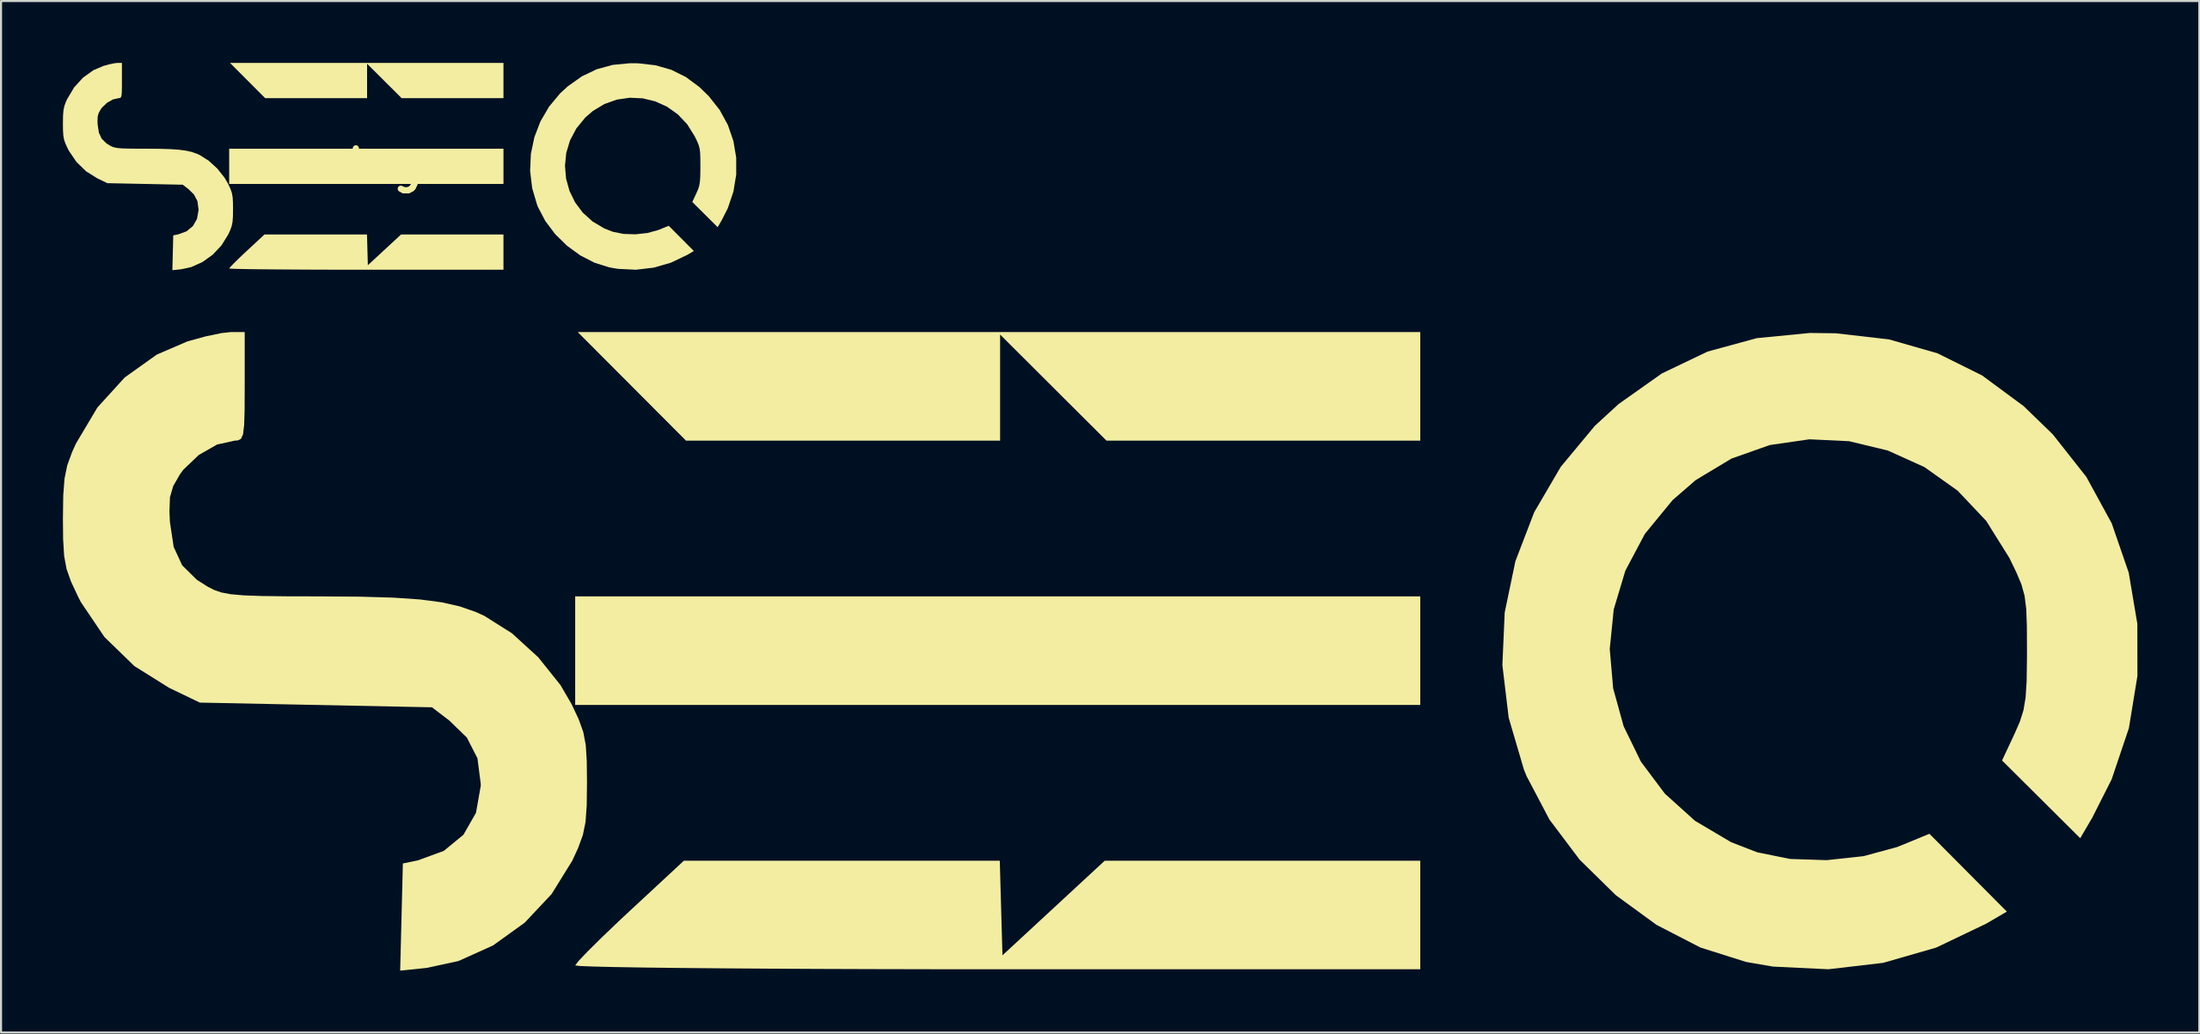
<source format=kicad_pcb>
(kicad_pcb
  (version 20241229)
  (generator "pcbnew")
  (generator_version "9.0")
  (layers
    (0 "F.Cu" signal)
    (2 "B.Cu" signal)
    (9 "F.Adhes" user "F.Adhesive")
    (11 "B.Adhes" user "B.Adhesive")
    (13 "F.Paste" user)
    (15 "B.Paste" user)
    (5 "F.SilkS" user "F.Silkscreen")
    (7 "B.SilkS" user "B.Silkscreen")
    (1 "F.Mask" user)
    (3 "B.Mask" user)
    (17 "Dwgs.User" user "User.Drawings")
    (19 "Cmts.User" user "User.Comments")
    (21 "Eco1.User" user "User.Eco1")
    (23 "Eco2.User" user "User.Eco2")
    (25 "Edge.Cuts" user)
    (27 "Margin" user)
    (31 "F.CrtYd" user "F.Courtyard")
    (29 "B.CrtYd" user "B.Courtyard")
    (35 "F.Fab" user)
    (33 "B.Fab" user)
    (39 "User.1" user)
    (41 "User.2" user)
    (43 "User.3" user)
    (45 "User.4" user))
  (footprint "logo-big"
    (layer "F.Cu")
    (at 50.228 28.379)
    (property "Reference" "logo-big" (at 0 0 0) (layer "F.SilkS") (effects (font (size 1.524 1.524) (thickness 0.3))))
    (attr board_only exclude_from_pos_files exclude_from_bom)
    (fp_poly (pts (xy 15.56 2.746) (xy -25.4 2.746) (xy -25.4 -2.517) (xy 15.56 -2.517)) (stroke (width 0) (type solid)) (fill yes) (layer "F.SilkS"))
    (fp_poly (pts (xy 15.56 -10.068) (xy 0.35 -10.068) (xy -4.805 -15.21) (xy -4.805 -10.068) (xy -20.03 -10.068) (xy -22.654 -12.7) (xy -25.278 -15.332) (xy 15.56 -15.332)) (stroke (width 0) (type solid)) (fill yes) (layer "F.SilkS"))
    (fp_poly (pts (xy -4.756 12.591) (xy -4.691 14.884) (xy -2.213 12.591) (xy 0.266 10.297) (xy 15.56 10.297) (xy 15.56 15.56) (xy -4.92 15.56) (xy -7.938 15.558) (xy -10.822 15.552) (xy -13.539 15.543) (xy -16.058 15.53) (xy -18.345 15.514) (xy -20.369 15.496) (xy -22.097 15.475) (xy -23.496 15.452) (xy -24.535 15.427) (xy -25.18 15.401) (xy -25.4 15.374) (xy -25.241 15.162) (xy -24.8 14.699) (xy -24.137 14.042) (xy -23.307 13.248) (xy -22.766 12.742) (xy -20.132 10.297) (xy -4.821 10.297)) (stroke (width 0) (type solid)) (fill yes) (layer "F.SilkS"))
    (fp_poly (pts (xy 35.697 -15.272) (xy 38.276 -14.976) (xy 40.625 -14.302) (xy 42.787 -13.23) (xy 44.805 -11.74) (xy 46.216 -10.372) (xy 47.843 -8.31) (xy 49.071 -6.061) (xy 49.896 -3.671) (xy 50.314 -1.188) (xy 50.318 1.341) (xy 49.905 3.87) (xy 49.069 6.352) (xy 48.131 8.208) (xy 47.546 9.207) (xy 45.651 7.322) (xy 43.757 5.438) (xy 44.361 4.149) (xy 44.622 3.551) (xy 44.795 3.004) (xy 44.898 2.391) (xy 44.949 1.592) (xy 44.964 0.488) (xy 44.965 0.103) (xy 44.96 -1.071) (xy 44.929 -1.913) (xy 44.849 -2.547) (xy 44.696 -3.099) (xy 44.445 -3.694) (xy 44.114 -4.377) (xy 42.994 -6.171) (xy 41.602 -7.644) (xy 39.992 -8.787) (xy 38.221 -9.588) (xy 36.345 -10.04) (xy 34.42 -10.132) (xy 32.501 -9.854) (xy 30.644 -9.198) (xy 28.906 -8.153) (xy 27.786 -7.181) (xy 26.445 -5.546) (xy 25.499 -3.763) (xy 24.936 -1.885) (xy 24.743 0.034) (xy 24.908 1.94) (xy 25.416 3.779) (xy 26.255 5.499) (xy 27.413 7.045) (xy 28.876 8.364) (xy 30.631 9.402) (xy 31.898 9.892) (xy 33.484 10.212) (xy 35.26 10.27) (xy 37.044 10.076) (xy 38.657 9.638) (xy 38.825 9.572) (xy 40.237 8.992) (xy 42.113 10.878) (xy 43.989 12.764) (xy 42.989 13.349) (xy 40.564 14.509) (xy 37.995 15.249) (xy 35.34 15.559) (xy 32.655 15.43) (xy 31.35 15.205) (xy 29.138 14.506) (xy 27.012 13.409) (xy 25.039 11.97) (xy 23.286 10.25) (xy 21.821 8.304) (xy 20.71 6.193) (xy 20.583 5.879) (xy 19.845 3.366) (xy 19.539 0.81) (xy 19.652 -1.737) (xy 20.17 -4.223) (xy 21.081 -6.596) (xy 22.37 -8.801) (xy 24.023 -10.787) (xy 25.171 -11.841) (xy 27.269 -13.325) (xy 29.487 -14.386) (xy 31.865 -15.035) (xy 34.441 -15.287)) (stroke (width 0) (type solid)) (fill yes) (layer "F.SilkS"))
    (fp_poly (pts (xy -41.418 -12.7) (xy -41.422 -11.571) (xy -41.445 -10.821) (xy -41.499 -10.374) (xy -41.6 -10.151) (xy -41.762 -10.076) (xy -41.898 -10.068) (xy -42.758 -9.878) (xy -43.645 -9.372) (xy -44.397 -8.653) (xy -44.555 -8.436) (xy -44.882 -7.868) (xy -45.04 -7.326) (xy -45.066 -6.62) (xy -45.042 -6.121) (xy -44.861 -4.917) (xy -44.45 -4.024) (xy -43.743 -3.326) (xy -43.217 -2.99) (xy -42.899 -2.828) (xy -42.549 -2.707) (xy -42.098 -2.622) (xy -41.473 -2.567) (xy -40.605 -2.535) (xy -39.423 -2.521) (xy -37.855 -2.517) (xy -37.814 -2.517) (xy -35.814 -2.503) (xy -34.202 -2.456) (xy -32.908 -2.367) (xy -31.863 -2.229) (xy -30.997 -2.032) (xy -30.241 -1.77) (xy -29.805 -1.574) (xy -28.465 -0.728) (xy -27.191 0.435) (xy -26.114 1.781) (xy -25.577 2.702) (xy -25.228 3.445) (xy -25.008 4.058) (xy -24.888 4.689) (xy -24.838 5.489) (xy -24.828 6.517) (xy -24.841 7.617) (xy -24.897 8.411) (xy -25.026 9.047) (xy -25.256 9.677) (xy -25.542 10.297) (xy -26.543 11.914) (xy -27.849 13.303) (xy -29.381 14.405) (xy -31.058 15.161) (xy -32.602 15.494) (xy -33.882 15.626) (xy -33.752 10.43) (xy -33.029 10.282) (xy -31.768 9.821) (xy -30.816 9.038) (xy -30.208 7.975) (xy -29.978 6.674) (xy -29.977 6.571) (xy -30.137 5.331) (xy -30.653 4.324) (xy -31.502 3.501) (xy -32.342 2.86) (xy -43.592 2.632) (xy -45.079 1.918) (xy -46.766 0.862) (xy -48.217 -0.548) (xy -49.358 -2.238) (xy -49.497 -2.51) (xy -49.838 -3.24) (xy -50.053 -3.848) (xy -50.17 -4.483) (xy -50.219 -5.294) (xy -50.228 -6.288) (xy -50.213 -7.411) (xy -50.151 -8.223) (xy -50.018 -8.873) (xy -49.786 -9.508) (xy -49.599 -9.923) (xy -48.556 -11.677) (xy -47.231 -13.132) (xy -45.677 -14.24) (xy -44.197 -14.877) (xy -43.333 -15.116) (xy -42.547 -15.281) (xy -42.08 -15.332) (xy -41.418 -15.332)) (stroke (width 0) (type solid)) (fill yes) (layer "F.SilkS")))
  (footprint "logo"
    (layer "F.Cu")
    (at 16.302 4.976)
    (property "Reference" "logo" (at 0 0 0) (layer "F.SilkS") (effects (font (size 1.524 1.524) (thickness 0.3))))
    (attr board_only exclude_from_pos_files exclude_from_bom)
    (fp_poly (pts (xy 5.05 0.891) (xy -8.244 0.891) (xy -8.244 -0.817) (xy 5.05 -0.817)) (stroke (width 0) (type solid)) (fill yes) (layer "F.SilkS"))
    (fp_poly (pts (xy 5.05 -3.268) (xy 0.114 -3.268) (xy -1.56 -4.936) (xy -1.56 -3.268) (xy -6.501 -3.268) (xy -7.353 -4.122) (xy -8.204 -4.976) (xy 5.05 -4.976)) (stroke (width 0) (type solid)) (fill yes) (layer "F.SilkS"))
    (fp_poly (pts (xy -1.544 4.086) (xy -1.523 4.831) (xy 0.086 3.342) (xy 5.05 3.342) (xy 5.05 5.05) (xy -1.597 5.05) (xy -2.576 5.05) (xy -3.512 5.048) (xy -4.394 5.045) (xy -5.212 5.04) (xy -5.954 5.035) (xy -6.611 5.029) (xy -7.172 5.023) (xy -7.626 5.015) (xy -7.963 5.007) (xy -8.172 4.999) (xy -8.244 4.99) (xy -8.192 4.921) (xy -8.049 4.771) (xy -7.834 4.557) (xy -7.565 4.3) (xy -7.389 4.136) (xy -6.534 3.342) (xy -1.565 3.342)) (stroke (width 0) (type solid)) (fill yes) (layer "F.SilkS"))
    (fp_poly (pts (xy 11.586 -4.957) (xy 12.423 -4.861) (xy 13.185 -4.642) (xy 13.887 -4.294) (xy 14.542 -3.81) (xy 15 -3.366) (xy 15.528 -2.697) (xy 15.927 -1.967) (xy 16.194 -1.192) (xy 16.33 -0.386) (xy 16.331 0.435) (xy 16.197 1.256) (xy 15.926 2.062) (xy 15.621 2.664) (xy 15.431 2.988) (xy 14.817 2.377) (xy 14.202 1.765) (xy 14.398 1.347) (xy 14.483 1.152) (xy 14.539 0.975) (xy 14.572 0.776) (xy 14.589 0.517) (xy 14.594 0.158) (xy 14.594 0.033) (xy 14.592 -0.348) (xy 14.582 -0.621) (xy 14.556 -0.827) (xy 14.507 -1.006) (xy 14.425 -1.199) (xy 14.318 -1.421) (xy 13.954 -2.003) (xy 13.502 -2.481) (xy 12.98 -2.852) (xy 12.405 -3.112) (xy 11.796 -3.259) (xy 11.171 -3.288) (xy 10.548 -3.198) (xy 9.946 -2.985) (xy 9.382 -2.646) (xy 9.018 -2.331) (xy 8.583 -1.8) (xy 8.276 -1.221) (xy 8.093 -0.612) (xy 8.031 0.011) (xy 8.084 0.63) (xy 8.249 1.227) (xy 8.521 1.785) (xy 8.897 2.286) (xy 9.372 2.714) (xy 9.942 3.051) (xy 10.353 3.211) (xy 10.868 3.314) (xy 11.444 3.333) (xy 12.023 3.27) (xy 12.547 3.128) (xy 12.601 3.107) (xy 13.059 2.919) (xy 14.277 4.143) (xy 13.953 4.333) (xy 13.165 4.709) (xy 12.332 4.949) (xy 11.47 5.05) (xy 10.599 5.008) (xy 10.175 4.935) (xy 9.457 4.708) (xy 8.767 4.352) (xy 8.127 3.885) (xy 7.558 3.327) (xy 7.082 2.695) (xy 6.722 2.01) (xy 6.681 1.908) (xy 6.441 1.093) (xy 6.342 0.263) (xy 6.378 -0.564) (xy 6.547 -1.371) (xy 6.842 -2.141) (xy 7.26 -2.856) (xy 7.797 -3.501) (xy 8.17 -3.843) (xy 8.851 -4.325) (xy 9.57 -4.669) (xy 10.342 -4.88) (xy 11.178 -4.961)) (stroke (width 0) (type solid)) (fill yes) (layer "F.SilkS"))
    (fp_poly (pts (xy -13.443 -4.122) (xy -13.444 -3.755) (xy -13.451 -3.512) (xy -13.469 -3.367) (xy -13.502 -3.295) (xy -13.554 -3.27) (xy -13.599 -3.268) (xy -13.878 -3.206) (xy -14.166 -3.042) (xy -14.41 -2.808) (xy -14.461 -2.738) (xy -14.567 -2.554) (xy -14.618 -2.378) (xy -14.627 -2.148) (xy -14.619 -1.987) (xy -14.56 -1.596) (xy -14.427 -1.306) (xy -14.197 -1.079) (xy -14.027 -0.971) (xy -13.923 -0.918) (xy -13.81 -0.879) (xy -13.663 -0.851) (xy -13.461 -0.833) (xy -13.179 -0.823) (xy -12.795 -0.818) (xy -12.286 -0.817) (xy -12.273 -0.817) (xy -11.624 -0.812) (xy -11.101 -0.797) (xy -10.681 -0.768) (xy -10.342 -0.723) (xy -10.061 -0.66) (xy -9.815 -0.574) (xy -9.673 -0.511) (xy -9.239 -0.236) (xy -8.825 0.141) (xy -8.476 0.578) (xy -8.301 0.877) (xy -8.188 1.118) (xy -8.117 1.317) (xy -8.078 1.522) (xy -8.061 1.781) (xy -8.058 2.115) (xy -8.062 2.472) (xy -8.081 2.73) (xy -8.123 2.936) (xy -8.197 3.141) (xy -8.29 3.342) (xy -8.615 3.867) (xy -9.039 4.318) (xy -9.536 4.675) (xy -10.08 4.921) (xy -10.581 5.029) (xy -10.997 5.072) (xy -10.955 3.385) (xy -10.72 3.337) (xy -10.311 3.188) (xy -10.002 2.933) (xy -9.804 2.588) (xy -9.73 2.166) (xy -9.729 2.133) (xy -9.781 1.73) (xy -9.949 1.404) (xy -10.224 1.136) (xy -10.497 0.928) (xy -12.323 0.891) (xy -14.148 0.854) (xy -14.631 0.622) (xy -15.178 0.28) (xy -15.649 -0.178) (xy -16.02 -0.726) (xy -16.065 -0.815) (xy -16.175 -1.051) (xy -16.245 -1.249) (xy -16.283 -1.455) (xy -16.299 -1.718) (xy -16.302 -2.041) (xy -16.297 -2.405) (xy -16.277 -2.669) (xy -16.234 -2.88) (xy -16.159 -3.086) (xy -16.098 -3.221) (xy -15.759 -3.79) (xy -15.329 -4.262) (xy -14.825 -4.622) (xy -14.345 -4.828) (xy -14.064 -4.906) (xy -13.809 -4.959) (xy -13.658 -4.976) (xy -13.443 -4.976)) (stroke (width 0) (type solid)) (fill yes) (layer "F.SilkS")))
  (gr_rect
    (start -3 -3)
    (end 103.546 47.005)
    (stroke (width 0.1) (type default))
    (fill no)
    (layer "Edge.Cuts")))
</source>
